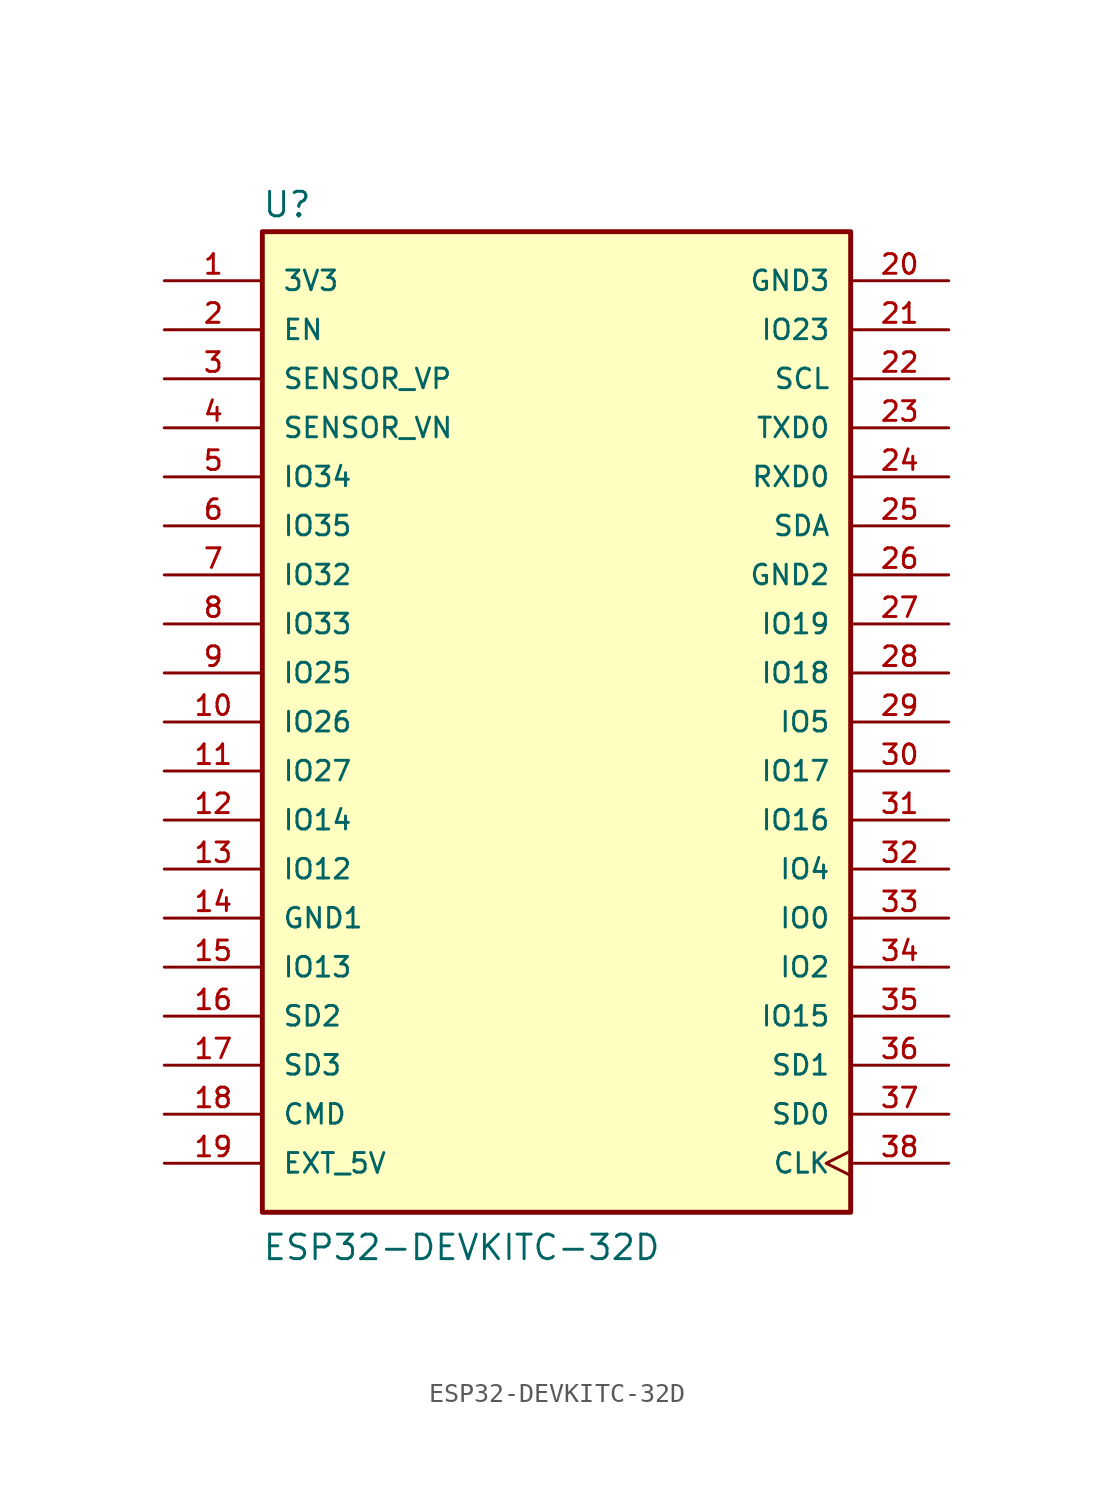
<source format=kicad_sym>
(kicad_symbol_lib
  (version 20211014)
  (generator kicad_symbol_editor)
  (symbol "ESP32-DEVKITC-32D"
    (pin_names
      (offset 1.016))
    (property "Reference" "U"
      (at -15.265 26.06 0)
      (effects (font (size 1.27 1.27)) (justify left bottom)))
    (property "Value" "ESP32-DEVKITC-32D"
      (at -15.265 -27.965 0)
      (effects (font (size 1.27 1.27)) (justify left bottom)))
    (property "ki_locked" ""
      (at 0 0 0)
      (effects (font (size 1.27 1.27))))
    (symbol "ESP32-DEVKITC-32D_0_0"
      (rectangle (start -15.24 -25.4) (end 15.24 25.4) (stroke (width 0.254) (type default) (color 0 0 0 0)) (fill (type background)))
      (pin power_in line (at -20.32 22.86 0) (length 5.08) (name "3V3" (effects (font (size 1.016 1.016)))) (number "1" (effects (font (size 1.016 1.016)))))
      (pin bidirectional line (at -20.32 0 0) (length 5.08) (name "IO26" (effects (font (size 1.016 1.016)))) (number "10" (effects (font (size 1.016 1.016)))))
      (pin bidirectional line (at -20.32 -2.54 0) (length 5.08) (name "IO27" (effects (font (size 1.016 1.016)))) (number "11" (effects (font (size 1.016 1.016)))))
      (pin bidirectional line (at -20.32 -5.08 0) (length 5.08) (name "IO14" (effects (font (size 1.016 1.016)))) (number "12" (effects (font (size 1.016 1.016)))))
      (pin bidirectional line (at -20.32 -7.62 0) (length 5.08) (name "IO12" (effects (font (size 1.016 1.016)))) (number "13" (effects (font (size 1.016 1.016)))))
      (pin power_in line (at -20.32 -10.16 0) (length 5.08) (name "GND1" (effects (font (size 1.016 1.016)))) (number "14" (effects (font (size 1.016 1.016)))))
      (pin bidirectional line (at -20.32 -12.7 0) (length 5.08) (name "IO13" (effects (font (size 1.016 1.016)))) (number "15" (effects (font (size 1.016 1.016)))))
      (pin bidirectional line (at -20.32 -15.24 0) (length 5.08) (name "SD2" (effects (font (size 1.016 1.016)))) (number "16" (effects (font (size 1.016 1.016)))))
      (pin bidirectional line (at -20.32 -17.78 0) (length 5.08) (name "SD3" (effects (font (size 1.016 1.016)))) (number "17" (effects (font (size 1.016 1.016)))))
      (pin bidirectional line (at -20.32 -20.32 0) (length 5.08) (name "CMD" (effects (font (size 1.016 1.016)))) (number "18" (effects (font (size 1.016 1.016)))))
      (pin power_in line (at -20.32 -22.86 0) (length 5.08) (name "EXT_5V" (effects (font (size 1.016 1.016)))) (number "19" (effects (font (size 1.016 1.016)))))
      (pin input line (at -20.32 20.32 0) (length 5.08) (name "EN" (effects (font (size 1.016 1.016)))) (number "2" (effects (font (size 1.016 1.016)))))
      (pin power_in line (at 20.32 22.86 180) (length 5.08) (name "GND3" (effects (font (size 1.016 1.016)))) (number "20" (effects (font (size 1.016 1.016)))))
      (pin bidirectional line (at 20.32 20.32 180) (length 5.08) (name "IO23" (effects (font (size 1.016 1.016)))) (number "21" (effects (font (size 1.016 1.016)))))
      (pin bidirectional line (at 20.32 17.78 180) (length 5.08) (name "SCL" (effects (font (size 1.016 1.016)))) (number "22" (effects (font (size 1.016 1.016)))))
      (pin output line (at 20.32 15.24 180) (length 5.08) (name "TXD0" (effects (font (size 1.016 1.016)))) (number "23" (effects (font (size 1.016 1.016)))))
      (pin input line (at 20.32 12.7 180) (length 5.08) (name "RXD0" (effects (font (size 1.016 1.016)))) (number "24" (effects (font (size 1.016 1.016)))))
      (pin bidirectional line (at 20.32 10.16 180) (length 5.08) (name "SDA" (effects (font (size 1.016 1.016)))) (number "25" (effects (font (size 1.016 1.016)))))
      (pin power_in line (at 20.32 7.62 180) (length 5.08) (name "GND2" (effects (font (size 1.016 1.016)))) (number "26" (effects (font (size 1.016 1.016)))))
      (pin bidirectional line (at 20.32 5.08 180) (length 5.08) (name "IO19" (effects (font (size 1.016 1.016)))) (number "27" (effects (font (size 1.016 1.016)))))
      (pin bidirectional line (at 20.32 2.54 180) (length 5.08) (name "IO18" (effects (font (size 1.016 1.016)))) (number "28" (effects (font (size 1.016 1.016)))))
      (pin bidirectional line (at 20.32 0 180) (length 5.08) (name "IO5" (effects (font (size 1.016 1.016)))) (number "29" (effects (font (size 1.016 1.016)))))
      (pin input line (at -20.32 17.78 0) (length 5.08) (name "SENSOR_VP" (effects (font (size 1.016 1.016)))) (number "3" (effects (font (size 1.016 1.016)))))
      (pin bidirectional line (at 20.32 -2.54 180) (length 5.08) (name "IO17" (effects (font (size 1.016 1.016)))) (number "30" (effects (font (size 1.016 1.016)))))
      (pin bidirectional line (at 20.32 -5.08 180) (length 5.08) (name "IO16" (effects (font (size 1.016 1.016)))) (number "31" (effects (font (size 1.016 1.016)))))
      (pin bidirectional line (at 20.32 -7.62 180) (length 5.08) (name "IO4" (effects (font (size 1.016 1.016)))) (number "32" (effects (font (size 1.016 1.016)))))
      (pin bidirectional line (at 20.32 -10.16 180) (length 5.08) (name "IO0" (effects (font (size 1.016 1.016)))) (number "33" (effects (font (size 1.016 1.016)))))
      (pin bidirectional line (at 20.32 -12.7 180) (length 5.08) (name "IO2" (effects (font (size 1.016 1.016)))) (number "34" (effects (font (size 1.016 1.016)))))
      (pin bidirectional line (at 20.32 -15.24 180) (length 5.08) (name "IO15" (effects (font (size 1.016 1.016)))) (number "35" (effects (font (size 1.016 1.016)))))
      (pin bidirectional line (at 20.32 -17.78 180) (length 5.08) (name "SD1" (effects (font (size 1.016 1.016)))) (number "36" (effects (font (size 1.016 1.016)))))
      (pin bidirectional line (at 20.32 -20.32 180) (length 5.08) (name "SD0" (effects (font (size 1.016 1.016)))) (number "37" (effects (font (size 1.016 1.016)))))
      (pin input clock (at 20.32 -22.86 180) (length 5.08) (name "CLK" (effects (font (size 1.016 1.016)))) (number "38" (effects (font (size 1.016 1.016)))))
      (pin input line (at -20.32 15.24 0) (length 5.08) (name "SENSOR_VN" (effects (font (size 1.016 1.016)))) (number "4" (effects (font (size 1.016 1.016)))))
      (pin bidirectional line (at -20.32 12.7 0) (length 5.08) (name "IO34" (effects (font (size 1.016 1.016)))) (number "5" (effects (font (size 1.016 1.016)))))
      (pin bidirectional line (at -20.32 10.16 0) (length 5.08) (name "IO35" (effects (font (size 1.016 1.016)))) (number "6" (effects (font (size 1.016 1.016)))))
      (pin bidirectional line (at -20.32 7.62 0) (length 5.08) (name "IO32" (effects (font (size 1.016 1.016)))) (number "7" (effects (font (size 1.016 1.016)))))
      (pin bidirectional line (at -20.32 5.08 0) (length 5.08) (name "IO33" (effects (font (size 1.016 1.016)))) (number "8" (effects (font (size 1.016 1.016)))))
      (pin bidirectional line (at -20.32 2.54 0) (length 5.08) (name "IO25" (effects (font (size 1.016 1.016)))) (number "9" (effects (font (size 1.016 1.016))))))))
</source>
